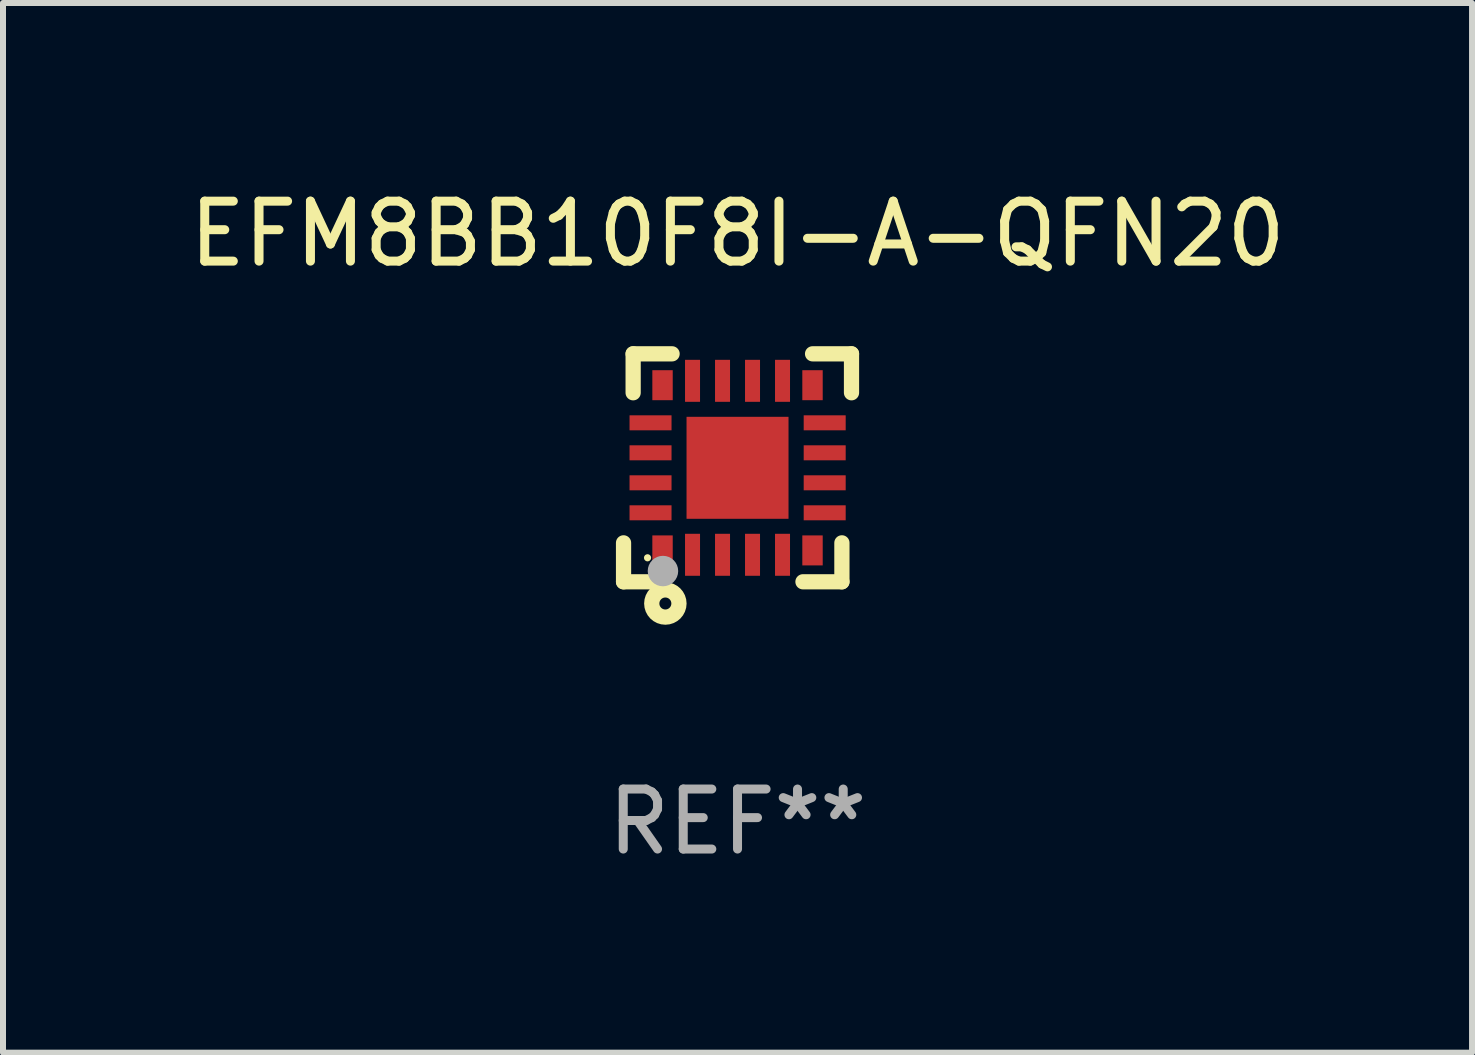
<source format=kicad_pcb>
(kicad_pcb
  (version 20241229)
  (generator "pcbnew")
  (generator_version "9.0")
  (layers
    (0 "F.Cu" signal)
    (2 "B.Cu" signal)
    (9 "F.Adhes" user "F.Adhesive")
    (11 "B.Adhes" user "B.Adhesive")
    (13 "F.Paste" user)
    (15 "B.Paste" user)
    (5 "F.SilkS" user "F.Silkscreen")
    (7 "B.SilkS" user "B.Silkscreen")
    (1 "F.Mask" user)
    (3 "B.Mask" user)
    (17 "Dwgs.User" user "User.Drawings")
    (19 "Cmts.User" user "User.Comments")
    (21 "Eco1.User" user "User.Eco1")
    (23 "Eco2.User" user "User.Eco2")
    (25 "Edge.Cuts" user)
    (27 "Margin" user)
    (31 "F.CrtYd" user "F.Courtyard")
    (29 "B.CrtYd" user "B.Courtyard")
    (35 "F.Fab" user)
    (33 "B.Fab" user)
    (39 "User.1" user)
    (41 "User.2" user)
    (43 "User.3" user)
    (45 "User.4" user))
  (footprint "EFM8BB10F8I-A-QFN20"
    (layer "F.Cu")
    (at 9.244 4.748)
    (property "Reference" "EFM8BB10F8I-A-QFN20" (at 0 -3.9 0) (layer "F.SilkS") (effects (font (size 1 1) (thickness 0.15))))
    (attr through_hole)
    (fp_line (start -1.9 1.9) (end -1.9 1.251) (stroke (width 0.254) (type solid)) (layer "F.SilkS"))
    (fp_line (start -1.9 1.9) (end -1.251 1.9) (stroke (width 0.254) (type solid)) (layer "F.SilkS"))
    (fp_line (start -1.74 -1.9) (end -1.74 -1.251) (stroke (width 0.254) (type solid)) (layer "F.SilkS"))
    (fp_line (start -1.74 -1.9) (end -1.091 -1.9) (stroke (width 0.254) (type solid)) (layer "F.SilkS"))
    (fp_line (start 1.74 1.9) (end 1.091 1.9) (stroke (width 0.254) (type solid)) (layer "F.SilkS"))
    (fp_line (start 1.74 1.9) (end 1.74 1.251) (stroke (width 0.254) (type solid)) (layer "F.SilkS"))
    (fp_line (start 1.9 -1.9) (end 1.251 -1.9) (stroke (width 0.254) (type solid)) (layer "F.SilkS"))
    (fp_line (start 1.9 -1.9) (end 1.9 -1.251) (stroke (width 0.254) (type solid)) (layer "F.SilkS"))
    (fp_circle (center -1.5 1.5) (end -1.47 1.5) (stroke (width 0.06) (type solid)) (fill no) (layer "F.SilkS"))
    (fp_circle (center -1.203 2.262) (end -1.103 2.262) (stroke (width 0.254) (type solid)) (fill no) (layer "F.SilkS"))
    (fp_circle (center -1.243 1.721) (end -1.116 1.721) (stroke (width 0.254) (type solid)) (fill no) (layer "F.Fab"))
    (fp_text user "REF**" (at 0 5.9 0) (layer "F.Fab") (effects (font (size 1 1) (thickness 0.15))))
    (pad "1" smd rect (at -1.25 1.377) (size 0.34 0.5) (layers "F.Cu" "F.Mask" "F.Paste"))
    (pad "2" smd rect (at -0.75 1.45) (size 0.25 0.7) (layers "F.Cu" "F.Mask" "F.Paste"))
    (pad "3" smd rect (at -0.25 1.45) (size 0.25 0.7) (layers "F.Cu" "F.Mask" "F.Paste"))
    (pad "4" smd rect (at 0.25 1.45) (size 0.25 0.7) (layers "F.Cu" "F.Mask" "F.Paste"))
    (pad "5" smd rect (at 0.75 1.45) (size 0.25 0.7) (layers "F.Cu" "F.Mask" "F.Paste"))
    (pad "6" smd rect (at 1.25 1.377) (size 0.34 0.5) (layers "F.Cu" "F.Mask" "F.Paste"))
    (pad "7" smd rect (at 1.453 0.75) (size 0.7 0.25) (layers "F.Cu" "F.Mask" "F.Paste"))
    (pad "8" smd rect (at 1.453 0.25) (size 0.7 0.25) (layers "F.Cu" "F.Mask" "F.Paste"))
    (pad "9" smd rect (at 1.453 -0.25) (size 0.7 0.25) (layers "F.Cu" "F.Mask" "F.Paste"))
    (pad "10" smd rect (at 1.453 -0.75) (size 0.7 0.25) (layers "F.Cu" "F.Mask" "F.Paste"))
    (pad "11" smd rect (at 1.25 -1.377) (size 0.34 0.5) (layers "F.Cu" "F.Mask" "F.Paste"))
    (pad "12" smd rect (at 0.75 -1.45) (size 0.25 0.7) (layers "F.Cu" "F.Mask" "F.Paste"))
    (pad "13" smd rect (at 0.25 -1.45) (size 0.25 0.7) (layers "F.Cu" "F.Mask" "F.Paste"))
    (pad "14" smd rect (at -0.25 -1.45) (size 0.25 0.7) (layers "F.Cu" "F.Mask" "F.Paste"))
    (pad "15" smd rect (at -0.75 -1.45) (size 0.25 0.7) (layers "F.Cu" "F.Mask" "F.Paste"))
    (pad "16" smd rect (at -1.25 -1.377) (size 0.34 0.5) (layers "F.Cu" "F.Mask" "F.Paste"))
    (pad "17" smd rect (at -1.45 -0.75) (size 0.7 0.25) (layers "F.Cu" "F.Mask" "F.Paste"))
    (pad "18" smd rect (at -1.45 -0.25) (size 0.7 0.25) (layers "F.Cu" "F.Mask" "F.Paste"))
    (pad "19" smd rect (at -1.45 0.25) (size 0.7 0.25) (layers "F.Cu" "F.Mask" "F.Paste"))
    (pad "20" smd rect (at -1.45 0.75) (size 0.7 0.25) (layers "F.Cu" "F.Mask" "F.Paste"))
    (pad "21" smd rect (at 0 0) (size 1.7 1.7) (layers "F.Cu" "F.Mask" "F.Paste")))
  (gr_rect
    (start -3 -3)
    (end 21.488 14.497)
    (stroke (width 0.1) (type default))
    (fill no)
    (layer "Edge.Cuts")))
</source>
